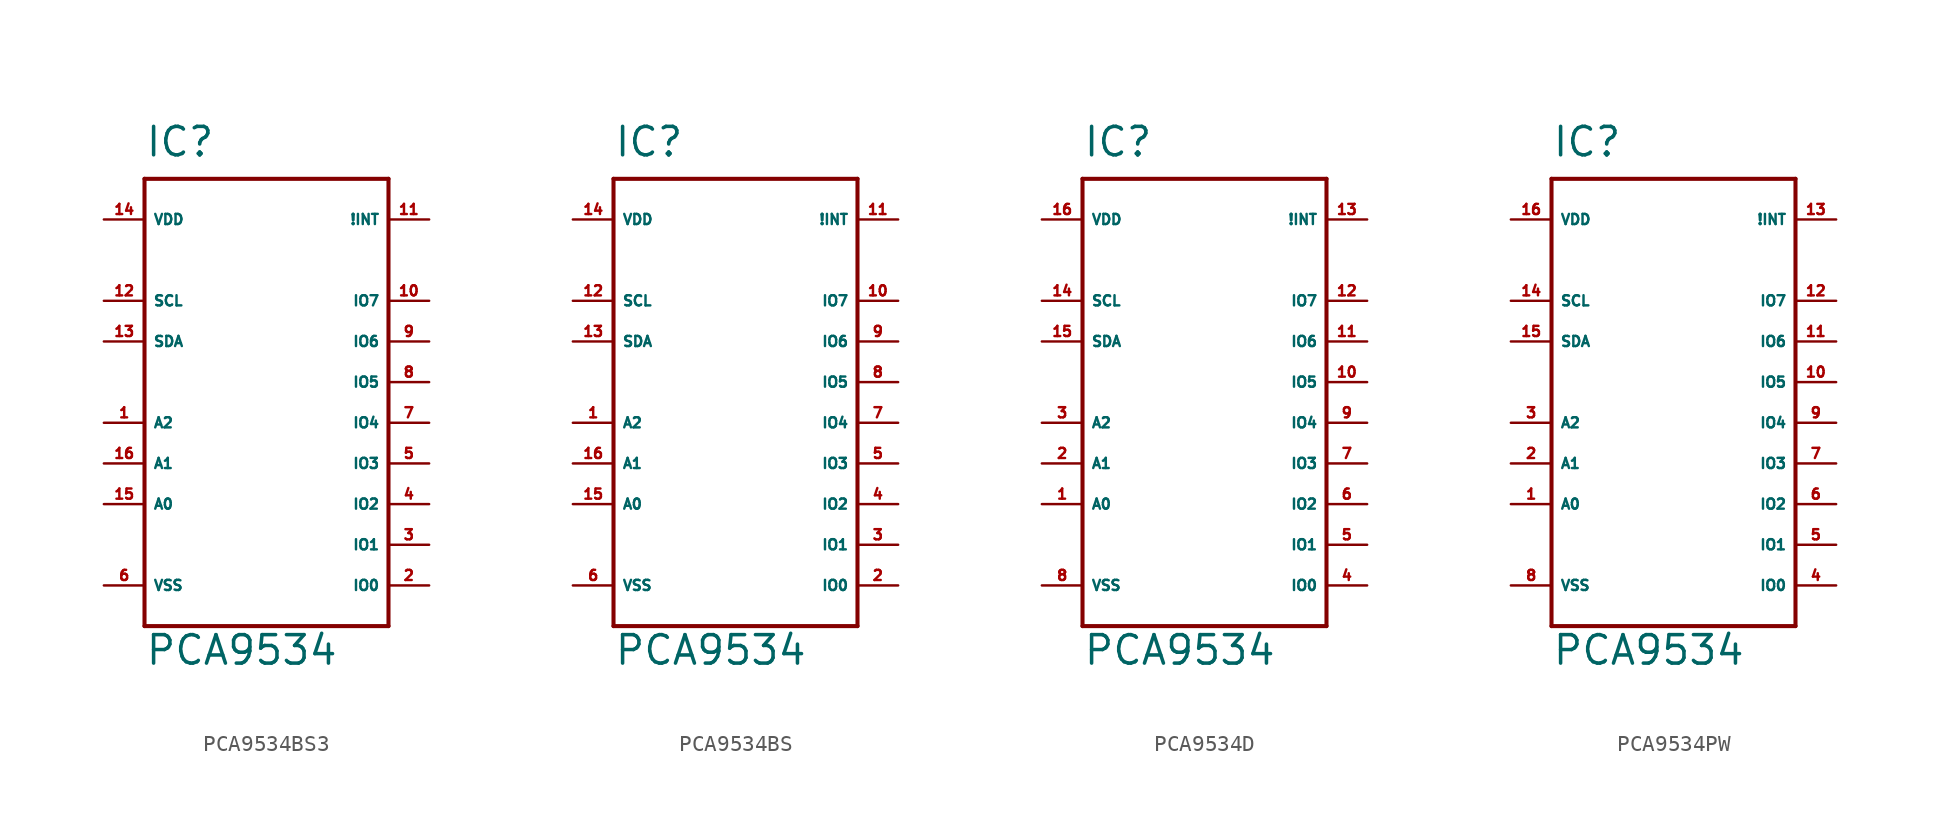
<source format=kicad_sym>
(kicad_symbol_lib
  (version 20220914)
  (generator Eagle2Kicad)
  (symbol "PCA9534BS3"
    (property "Reference" "IC"
      (at -7.62 13.97 0)
      (effects (font (size 1.778 1.778) (thickness 0.22)) (justify left bottom)))
    (property "Value" "PCA9534"
      (at -7.62 -17.78 0)
      (effects (font (size 1.778 1.778) (thickness 0.22)) (justify left bottom)))
    (polyline
      (pts (xy -7.62 12.7) (xy 7.62 12.7))
      (stroke (width 0.254) (type default))
      (fill (type none)))
    (polyline
      (pts (xy 7.62 12.7) (xy 7.62 -15.24))
      (stroke (width 0.254) (type default))
      (fill (type none)))
    (polyline
      (pts (xy 7.62 -15.24) (xy -7.62 -15.24))
      (stroke (width 0.254) (type default))
      (fill (type none)))
    (polyline
      (pts (xy -7.62 -15.24) (xy -7.62 12.7))
      (stroke (width 0.254) (type default))
      (fill (type none)))
    (pin unspecified line
      (at -10.16 -12.7 0)
      (length 2.54)
      (name "VSS" (effects (font (size 0.635 0.635) (thickness 0.08)) (justify left bottom)))
      (number "6" (effects (font (size 0.635 0.635) (thickness 0.08)) (justify left bottom))))
    (pin unspecified line
      (at -10.16 10.16 0)
      (length 2.54)
      (name "VDD" (effects (font (size 0.635 0.635) (thickness 0.08)) (justify left bottom)))
      (number "14" (effects (font (size 0.635 0.635) (thickness 0.08)) (justify left bottom))))
    (pin input line
      (at -10.16 5.08 0)
      (length 2.54)
      (name "SCL" (effects (font (size 0.635 0.635) (thickness 0.08)) (justify left bottom)))
      (number "12" (effects (font (size 0.635 0.635) (thickness 0.08)) (justify left bottom))))
    (pin bidirectional line
      (at -10.16 2.54 0)
      (length 2.54)
      (name "SDA" (effects (font (size 0.635 0.635) (thickness 0.08)) (justify left bottom)))
      (number "13" (effects (font (size 0.635 0.635) (thickness 0.08)) (justify left bottom))))
    (pin input line
      (at -10.16 -7.62 0)
      (length 2.54)
      (name "A0" (effects (font (size 0.635 0.635) (thickness 0.08)) (justify left bottom)))
      (number "15" (effects (font (size 0.635 0.635) (thickness 0.08)) (justify left bottom))))
    (pin input line
      (at -10.16 -5.08 0)
      (length 2.54)
      (name "A1" (effects (font (size 0.635 0.635) (thickness 0.08)) (justify left bottom)))
      (number "16" (effects (font (size 0.635 0.635) (thickness 0.08)) (justify left bottom))))
    (pin input line
      (at -10.16 -2.54 0)
      (length 2.54)
      (name "A2" (effects (font (size 0.635 0.635) (thickness 0.08)) (justify left bottom)))
      (number "1" (effects (font (size 0.635 0.635) (thickness 0.08)) (justify left bottom))))
    (pin open_collector line
      (at 10.16 10.16 180)
      (length 2.54)
      (name "!INT" (effects (font (size 0.635 0.635) (thickness 0.08)) (justify left bottom)))
      (number "11" (effects (font (size 0.635 0.635) (thickness 0.08)) (justify left bottom))))
    (pin bidirectional line
      (at 10.16 -12.7 180)
      (length 2.54)
      (name "IO0" (effects (font (size 0.635 0.635) (thickness 0.08)) (justify left bottom)))
      (number "2" (effects (font (size 0.635 0.635) (thickness 0.08)) (justify left bottom))))
    (pin bidirectional line
      (at 10.16 -10.16 180)
      (length 2.54)
      (name "IO1" (effects (font (size 0.635 0.635) (thickness 0.08)) (justify left bottom)))
      (number "3" (effects (font (size 0.635 0.635) (thickness 0.08)) (justify left bottom))))
    (pin bidirectional line
      (at 10.16 -7.62 180)
      (length 2.54)
      (name "IO2" (effects (font (size 0.635 0.635) (thickness 0.08)) (justify left bottom)))
      (number "4" (effects (font (size 0.635 0.635) (thickness 0.08)) (justify left bottom))))
    (pin bidirectional line
      (at 10.16 -5.08 180)
      (length 2.54)
      (name "IO3" (effects (font (size 0.635 0.635) (thickness 0.08)) (justify left bottom)))
      (number "5" (effects (font (size 0.635 0.635) (thickness 0.08)) (justify left bottom))))
    (pin bidirectional line
      (at 10.16 -2.54 180)
      (length 2.54)
      (name "IO4" (effects (font (size 0.635 0.635) (thickness 0.08)) (justify left bottom)))
      (number "7" (effects (font (size 0.635 0.635) (thickness 0.08)) (justify left bottom))))
    (pin bidirectional line
      (at 10.16 0 180)
      (length 2.54)
      (name "IO5" (effects (font (size 0.635 0.635) (thickness 0.08)) (justify left bottom)))
      (number "8" (effects (font (size 0.635 0.635) (thickness 0.08)) (justify left bottom))))
    (pin bidirectional line
      (at 10.16 2.54 180)
      (length 2.54)
      (name "IO6" (effects (font (size 0.635 0.635) (thickness 0.08)) (justify left bottom)))
      (number "9" (effects (font (size 0.635 0.635) (thickness 0.08)) (justify left bottom))))
    (pin bidirectional line
      (at 10.16 5.08 180)
      (length 2.54)
      (name "IO7" (effects (font (size 0.635 0.635) (thickness 0.08)) (justify left bottom)))
      (number "10" (effects (font (size 0.635 0.635) (thickness 0.08)) (justify left bottom)))))
  (symbol "PCA9534BS"
    (property "Reference" "IC"
      (at -7.62 13.97 0)
      (effects (font (size 1.778 1.778) (thickness 0.22)) (justify left bottom)))
    (property "Value" "PCA9534"
      (at -7.62 -17.78 0)
      (effects (font (size 1.778 1.778) (thickness 0.22)) (justify left bottom)))
    (polyline
      (pts (xy -7.62 12.7) (xy 7.62 12.7))
      (stroke (width 0.254) (type default))
      (fill (type none)))
    (polyline
      (pts (xy 7.62 12.7) (xy 7.62 -15.24))
      (stroke (width 0.254) (type default))
      (fill (type none)))
    (polyline
      (pts (xy 7.62 -15.24) (xy -7.62 -15.24))
      (stroke (width 0.254) (type default))
      (fill (type none)))
    (polyline
      (pts (xy -7.62 -15.24) (xy -7.62 12.7))
      (stroke (width 0.254) (type default))
      (fill (type none)))
    (pin unspecified line
      (at -10.16 -12.7 0)
      (length 2.54)
      (name "VSS" (effects (font (size 0.635 0.635) (thickness 0.08)) (justify left bottom)))
      (number "6" (effects (font (size 0.635 0.635) (thickness 0.08)) (justify left bottom))))
    (pin unspecified line
      (at -10.16 10.16 0)
      (length 2.54)
      (name "VDD" (effects (font (size 0.635 0.635) (thickness 0.08)) (justify left bottom)))
      (number "14" (effects (font (size 0.635 0.635) (thickness 0.08)) (justify left bottom))))
    (pin input line
      (at -10.16 5.08 0)
      (length 2.54)
      (name "SCL" (effects (font (size 0.635 0.635) (thickness 0.08)) (justify left bottom)))
      (number "12" (effects (font (size 0.635 0.635) (thickness 0.08)) (justify left bottom))))
    (pin bidirectional line
      (at -10.16 2.54 0)
      (length 2.54)
      (name "SDA" (effects (font (size 0.635 0.635) (thickness 0.08)) (justify left bottom)))
      (number "13" (effects (font (size 0.635 0.635) (thickness 0.08)) (justify left bottom))))
    (pin input line
      (at -10.16 -7.62 0)
      (length 2.54)
      (name "A0" (effects (font (size 0.635 0.635) (thickness 0.08)) (justify left bottom)))
      (number "15" (effects (font (size 0.635 0.635) (thickness 0.08)) (justify left bottom))))
    (pin input line
      (at -10.16 -5.08 0)
      (length 2.54)
      (name "A1" (effects (font (size 0.635 0.635) (thickness 0.08)) (justify left bottom)))
      (number "16" (effects (font (size 0.635 0.635) (thickness 0.08)) (justify left bottom))))
    (pin input line
      (at -10.16 -2.54 0)
      (length 2.54)
      (name "A2" (effects (font (size 0.635 0.635) (thickness 0.08)) (justify left bottom)))
      (number "1" (effects (font (size 0.635 0.635) (thickness 0.08)) (justify left bottom))))
    (pin open_collector line
      (at 10.16 10.16 180)
      (length 2.54)
      (name "!INT" (effects (font (size 0.635 0.635) (thickness 0.08)) (justify left bottom)))
      (number "11" (effects (font (size 0.635 0.635) (thickness 0.08)) (justify left bottom))))
    (pin bidirectional line
      (at 10.16 -12.7 180)
      (length 2.54)
      (name "IO0" (effects (font (size 0.635 0.635) (thickness 0.08)) (justify left bottom)))
      (number "2" (effects (font (size 0.635 0.635) (thickness 0.08)) (justify left bottom))))
    (pin bidirectional line
      (at 10.16 -10.16 180)
      (length 2.54)
      (name "IO1" (effects (font (size 0.635 0.635) (thickness 0.08)) (justify left bottom)))
      (number "3" (effects (font (size 0.635 0.635) (thickness 0.08)) (justify left bottom))))
    (pin bidirectional line
      (at 10.16 -7.62 180)
      (length 2.54)
      (name "IO2" (effects (font (size 0.635 0.635) (thickness 0.08)) (justify left bottom)))
      (number "4" (effects (font (size 0.635 0.635) (thickness 0.08)) (justify left bottom))))
    (pin bidirectional line
      (at 10.16 -5.08 180)
      (length 2.54)
      (name "IO3" (effects (font (size 0.635 0.635) (thickness 0.08)) (justify left bottom)))
      (number "5" (effects (font (size 0.635 0.635) (thickness 0.08)) (justify left bottom))))
    (pin bidirectional line
      (at 10.16 -2.54 180)
      (length 2.54)
      (name "IO4" (effects (font (size 0.635 0.635) (thickness 0.08)) (justify left bottom)))
      (number "7" (effects (font (size 0.635 0.635) (thickness 0.08)) (justify left bottom))))
    (pin bidirectional line
      (at 10.16 0 180)
      (length 2.54)
      (name "IO5" (effects (font (size 0.635 0.635) (thickness 0.08)) (justify left bottom)))
      (number "8" (effects (font (size 0.635 0.635) (thickness 0.08)) (justify left bottom))))
    (pin bidirectional line
      (at 10.16 2.54 180)
      (length 2.54)
      (name "IO6" (effects (font (size 0.635 0.635) (thickness 0.08)) (justify left bottom)))
      (number "9" (effects (font (size 0.635 0.635) (thickness 0.08)) (justify left bottom))))
    (pin bidirectional line
      (at 10.16 5.08 180)
      (length 2.54)
      (name "IO7" (effects (font (size 0.635 0.635) (thickness 0.08)) (justify left bottom)))
      (number "10" (effects (font (size 0.635 0.635) (thickness 0.08)) (justify left bottom)))))
  (symbol "PCA9534D"
    (property "Reference" "IC"
      (at -7.62 13.97 0)
      (effects (font (size 1.778 1.778) (thickness 0.22)) (justify left bottom)))
    (property "Value" "PCA9534"
      (at -7.62 -17.78 0)
      (effects (font (size 1.778 1.778) (thickness 0.22)) (justify left bottom)))
    (polyline
      (pts (xy -7.62 12.7) (xy 7.62 12.7))
      (stroke (width 0.254) (type default))
      (fill (type none)))
    (polyline
      (pts (xy 7.62 12.7) (xy 7.62 -15.24))
      (stroke (width 0.254) (type default))
      (fill (type none)))
    (polyline
      (pts (xy 7.62 -15.24) (xy -7.62 -15.24))
      (stroke (width 0.254) (type default))
      (fill (type none)))
    (polyline
      (pts (xy -7.62 -15.24) (xy -7.62 12.7))
      (stroke (width 0.254) (type default))
      (fill (type none)))
    (pin unspecified line
      (at -10.16 -12.7 0)
      (length 2.54)
      (name "VSS" (effects (font (size 0.635 0.635) (thickness 0.08)) (justify left bottom)))
      (number "8" (effects (font (size 0.635 0.635) (thickness 0.08)) (justify left bottom))))
    (pin unspecified line
      (at -10.16 10.16 0)
      (length 2.54)
      (name "VDD" (effects (font (size 0.635 0.635) (thickness 0.08)) (justify left bottom)))
      (number "16" (effects (font (size 0.635 0.635) (thickness 0.08)) (justify left bottom))))
    (pin input line
      (at -10.16 5.08 0)
      (length 2.54)
      (name "SCL" (effects (font (size 0.635 0.635) (thickness 0.08)) (justify left bottom)))
      (number "14" (effects (font (size 0.635 0.635) (thickness 0.08)) (justify left bottom))))
    (pin bidirectional line
      (at -10.16 2.54 0)
      (length 2.54)
      (name "SDA" (effects (font (size 0.635 0.635) (thickness 0.08)) (justify left bottom)))
      (number "15" (effects (font (size 0.635 0.635) (thickness 0.08)) (justify left bottom))))
    (pin input line
      (at -10.16 -7.62 0)
      (length 2.54)
      (name "A0" (effects (font (size 0.635 0.635) (thickness 0.08)) (justify left bottom)))
      (number "1" (effects (font (size 0.635 0.635) (thickness 0.08)) (justify left bottom))))
    (pin input line
      (at -10.16 -5.08 0)
      (length 2.54)
      (name "A1" (effects (font (size 0.635 0.635) (thickness 0.08)) (justify left bottom)))
      (number "2" (effects (font (size 0.635 0.635) (thickness 0.08)) (justify left bottom))))
    (pin input line
      (at -10.16 -2.54 0)
      (length 2.54)
      (name "A2" (effects (font (size 0.635 0.635) (thickness 0.08)) (justify left bottom)))
      (number "3" (effects (font (size 0.635 0.635) (thickness 0.08)) (justify left bottom))))
    (pin open_collector line
      (at 10.16 10.16 180)
      (length 2.54)
      (name "!INT" (effects (font (size 0.635 0.635) (thickness 0.08)) (justify left bottom)))
      (number "13" (effects (font (size 0.635 0.635) (thickness 0.08)) (justify left bottom))))
    (pin bidirectional line
      (at 10.16 -12.7 180)
      (length 2.54)
      (name "IO0" (effects (font (size 0.635 0.635) (thickness 0.08)) (justify left bottom)))
      (number "4" (effects (font (size 0.635 0.635) (thickness 0.08)) (justify left bottom))))
    (pin bidirectional line
      (at 10.16 -10.16 180)
      (length 2.54)
      (name "IO1" (effects (font (size 0.635 0.635) (thickness 0.08)) (justify left bottom)))
      (number "5" (effects (font (size 0.635 0.635) (thickness 0.08)) (justify left bottom))))
    (pin bidirectional line
      (at 10.16 -7.62 180)
      (length 2.54)
      (name "IO2" (effects (font (size 0.635 0.635) (thickness 0.08)) (justify left bottom)))
      (number "6" (effects (font (size 0.635 0.635) (thickness 0.08)) (justify left bottom))))
    (pin bidirectional line
      (at 10.16 -5.08 180)
      (length 2.54)
      (name "IO3" (effects (font (size 0.635 0.635) (thickness 0.08)) (justify left bottom)))
      (number "7" (effects (font (size 0.635 0.635) (thickness 0.08)) (justify left bottom))))
    (pin bidirectional line
      (at 10.16 -2.54 180)
      (length 2.54)
      (name "IO4" (effects (font (size 0.635 0.635) (thickness 0.08)) (justify left bottom)))
      (number "9" (effects (font (size 0.635 0.635) (thickness 0.08)) (justify left bottom))))
    (pin bidirectional line
      (at 10.16 0 180)
      (length 2.54)
      (name "IO5" (effects (font (size 0.635 0.635) (thickness 0.08)) (justify left bottom)))
      (number "10" (effects (font (size 0.635 0.635) (thickness 0.08)) (justify left bottom))))
    (pin bidirectional line
      (at 10.16 2.54 180)
      (length 2.54)
      (name "IO6" (effects (font (size 0.635 0.635) (thickness 0.08)) (justify left bottom)))
      (number "11" (effects (font (size 0.635 0.635) (thickness 0.08)) (justify left bottom))))
    (pin bidirectional line
      (at 10.16 5.08 180)
      (length 2.54)
      (name "IO7" (effects (font (size 0.635 0.635) (thickness 0.08)) (justify left bottom)))
      (number "12" (effects (font (size 0.635 0.635) (thickness 0.08)) (justify left bottom)))))
  (symbol "PCA9534PW"
    (property "Reference" "IC"
      (at -7.62 13.97 0)
      (effects (font (size 1.778 1.778) (thickness 0.22)) (justify left bottom)))
    (property "Value" "PCA9534"
      (at -7.62 -17.78 0)
      (effects (font (size 1.778 1.778) (thickness 0.22)) (justify left bottom)))
    (polyline
      (pts (xy -7.62 12.7) (xy 7.62 12.7))
      (stroke (width 0.254) (type default))
      (fill (type none)))
    (polyline
      (pts (xy 7.62 12.7) (xy 7.62 -15.24))
      (stroke (width 0.254) (type default))
      (fill (type none)))
    (polyline
      (pts (xy 7.62 -15.24) (xy -7.62 -15.24))
      (stroke (width 0.254) (type default))
      (fill (type none)))
    (polyline
      (pts (xy -7.62 -15.24) (xy -7.62 12.7))
      (stroke (width 0.254) (type default))
      (fill (type none)))
    (pin unspecified line
      (at -10.16 -12.7 0)
      (length 2.54)
      (name "VSS" (effects (font (size 0.635 0.635) (thickness 0.08)) (justify left bottom)))
      (number "8" (effects (font (size 0.635 0.635) (thickness 0.08)) (justify left bottom))))
    (pin unspecified line
      (at -10.16 10.16 0)
      (length 2.54)
      (name "VDD" (effects (font (size 0.635 0.635) (thickness 0.08)) (justify left bottom)))
      (number "16" (effects (font (size 0.635 0.635) (thickness 0.08)) (justify left bottom))))
    (pin input line
      (at -10.16 5.08 0)
      (length 2.54)
      (name "SCL" (effects (font (size 0.635 0.635) (thickness 0.08)) (justify left bottom)))
      (number "14" (effects (font (size 0.635 0.635) (thickness 0.08)) (justify left bottom))))
    (pin bidirectional line
      (at -10.16 2.54 0)
      (length 2.54)
      (name "SDA" (effects (font (size 0.635 0.635) (thickness 0.08)) (justify left bottom)))
      (number "15" (effects (font (size 0.635 0.635) (thickness 0.08)) (justify left bottom))))
    (pin input line
      (at -10.16 -7.62 0)
      (length 2.54)
      (name "A0" (effects (font (size 0.635 0.635) (thickness 0.08)) (justify left bottom)))
      (number "1" (effects (font (size 0.635 0.635) (thickness 0.08)) (justify left bottom))))
    (pin input line
      (at -10.16 -5.08 0)
      (length 2.54)
      (name "A1" (effects (font (size 0.635 0.635) (thickness 0.08)) (justify left bottom)))
      (number "2" (effects (font (size 0.635 0.635) (thickness 0.08)) (justify left bottom))))
    (pin input line
      (at -10.16 -2.54 0)
      (length 2.54)
      (name "A2" (effects (font (size 0.635 0.635) (thickness 0.08)) (justify left bottom)))
      (number "3" (effects (font (size 0.635 0.635) (thickness 0.08)) (justify left bottom))))
    (pin open_collector line
      (at 10.16 10.16 180)
      (length 2.54)
      (name "!INT" (effects (font (size 0.635 0.635) (thickness 0.08)) (justify left bottom)))
      (number "13" (effects (font (size 0.635 0.635) (thickness 0.08)) (justify left bottom))))
    (pin bidirectional line
      (at 10.16 -12.7 180)
      (length 2.54)
      (name "IO0" (effects (font (size 0.635 0.635) (thickness 0.08)) (justify left bottom)))
      (number "4" (effects (font (size 0.635 0.635) (thickness 0.08)) (justify left bottom))))
    (pin bidirectional line
      (at 10.16 -10.16 180)
      (length 2.54)
      (name "IO1" (effects (font (size 0.635 0.635) (thickness 0.08)) (justify left bottom)))
      (number "5" (effects (font (size 0.635 0.635) (thickness 0.08)) (justify left bottom))))
    (pin bidirectional line
      (at 10.16 -7.62 180)
      (length 2.54)
      (name "IO2" (effects (font (size 0.635 0.635) (thickness 0.08)) (justify left bottom)))
      (number "6" (effects (font (size 0.635 0.635) (thickness 0.08)) (justify left bottom))))
    (pin bidirectional line
      (at 10.16 -5.08 180)
      (length 2.54)
      (name "IO3" (effects (font (size 0.635 0.635) (thickness 0.08)) (justify left bottom)))
      (number "7" (effects (font (size 0.635 0.635) (thickness 0.08)) (justify left bottom))))
    (pin bidirectional line
      (at 10.16 -2.54 180)
      (length 2.54)
      (name "IO4" (effects (font (size 0.635 0.635) (thickness 0.08)) (justify left bottom)))
      (number "9" (effects (font (size 0.635 0.635) (thickness 0.08)) (justify left bottom))))
    (pin bidirectional line
      (at 10.16 0 180)
      (length 2.54)
      (name "IO5" (effects (font (size 0.635 0.635) (thickness 0.08)) (justify left bottom)))
      (number "10" (effects (font (size 0.635 0.635) (thickness 0.08)) (justify left bottom))))
    (pin bidirectional line
      (at 10.16 2.54 180)
      (length 2.54)
      (name "IO6" (effects (font (size 0.635 0.635) (thickness 0.08)) (justify left bottom)))
      (number "11" (effects (font (size 0.635 0.635) (thickness 0.08)) (justify left bottom))))
    (pin bidirectional line
      (at 10.16 5.08 180)
      (length 2.54)
      (name "IO7" (effects (font (size 0.635 0.635) (thickness 0.08)) (justify left bottom)))
      (number "12" (effects (font (size 0.635 0.635) (thickness 0.08)) (justify left bottom))))))
</source>
